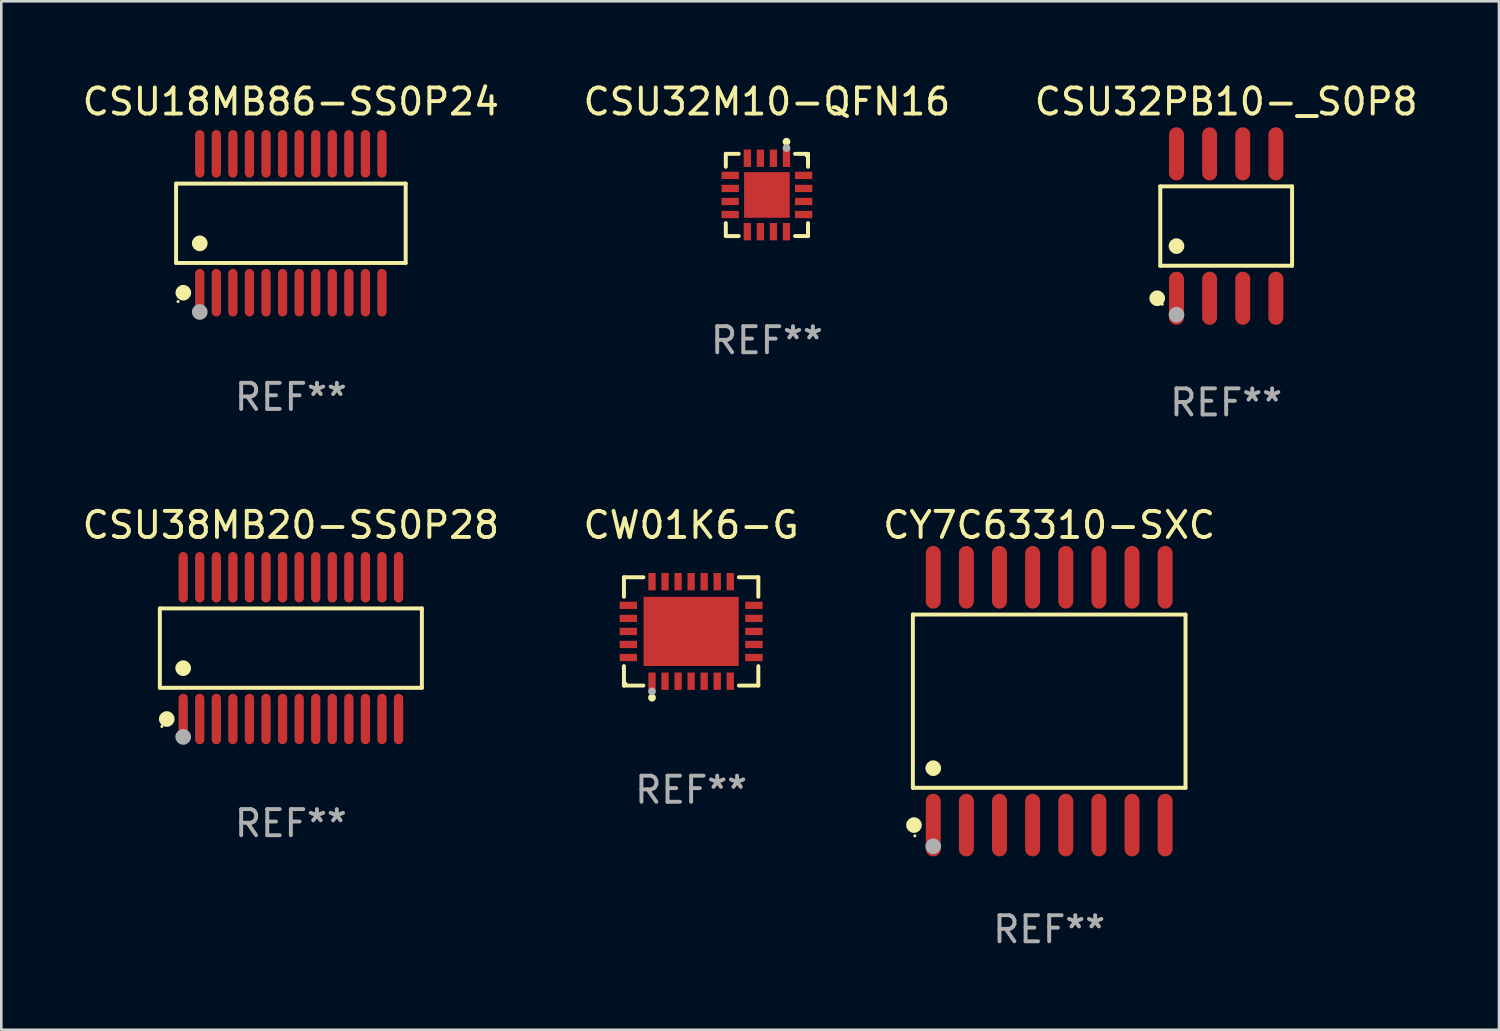
<source format=kicad_pcb>
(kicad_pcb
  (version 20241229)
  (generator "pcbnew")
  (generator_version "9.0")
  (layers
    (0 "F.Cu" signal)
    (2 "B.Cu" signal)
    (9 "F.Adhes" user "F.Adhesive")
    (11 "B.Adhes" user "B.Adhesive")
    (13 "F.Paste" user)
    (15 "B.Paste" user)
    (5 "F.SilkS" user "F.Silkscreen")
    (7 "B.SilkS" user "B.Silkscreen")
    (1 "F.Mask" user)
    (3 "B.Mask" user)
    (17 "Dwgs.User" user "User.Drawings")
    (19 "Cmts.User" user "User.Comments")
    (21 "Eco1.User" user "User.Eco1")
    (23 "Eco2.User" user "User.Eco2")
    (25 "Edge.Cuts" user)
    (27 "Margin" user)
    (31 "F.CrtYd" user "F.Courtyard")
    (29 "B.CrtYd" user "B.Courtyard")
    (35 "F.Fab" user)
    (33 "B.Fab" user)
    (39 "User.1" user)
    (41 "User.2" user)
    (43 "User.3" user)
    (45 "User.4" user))
  (footprint "CSU18MB86-SS0P24"
    (layer "F.Cu")
    (at 8.101 5.51)
    (property "Reference" "CSU18MB86-SS0P24" (at 0 -4.662 0) (layer "F.SilkS") (effects (font (size 1 1) (thickness 0.15))))
    (attr through_hole)
    (fp_line (start -4.401 -1.521) (end 4.401 -1.521) (stroke (width 0.152) (type solid)) (layer "F.SilkS"))
    (fp_line (start -4.401 1.521) (end -4.401 -1.521) (stroke (width 0.152) (type solid)) (layer "F.SilkS"))
    (fp_line (start 4.401 -1.521) (end 4.401 1.521) (stroke (width 0.152) (type solid)) (layer "F.SilkS"))
    (fp_line (start 4.401 1.521) (end -4.401 1.521) (stroke (width 0.152) (type solid)) (layer "F.SilkS"))
    (fp_circle (center -4.325 3) (end -4.295 3) (stroke (width 0.06) (type solid)) (fill no) (layer "F.SilkS"))
    (fp_circle (center -4.123 2.662) (end -3.973 2.662) (stroke (width 0.3) (type solid)) (fill no) (layer "F.SilkS"))
    (fp_circle (center -3.493 0.769) (end -3.342 0.769) (stroke (width 0.3) (type solid)) (fill no) (layer "F.SilkS"))
    (fp_circle (center -3.493 3.4) (end -3.342 3.4) (stroke (width 0.3) (type solid)) (fill no) (layer "F.Fab"))
    (fp_text user "REF**" (at 0 6.662 0) (layer "F.Fab") (effects (font (size 1 1) (thickness 0.15))))
    (pad "1" smd oval (at -3.493 2.662) (size 0.356 1.824) (layers "F.Cu" "F.Mask" "F.Paste"))
    (pad "2" smd oval (at -2.858 2.662) (size 0.356 1.824) (layers "F.Cu" "F.Mask" "F.Paste"))
    (pad "3" smd oval (at -2.223 2.662) (size 0.356 1.824) (layers "F.Cu" "F.Mask" "F.Paste"))
    (pad "4" smd oval (at -1.588 2.662) (size 0.356 1.824) (layers "F.Cu" "F.Mask" "F.Paste"))
    (pad "5" smd oval (at -0.953 2.662) (size 0.356 1.824) (layers "F.Cu" "F.Mask" "F.Paste"))
    (pad "6" smd oval (at -0.318 2.662) (size 0.356 1.824) (layers "F.Cu" "F.Mask" "F.Paste"))
    (pad "7" smd oval (at 0.318 2.662) (size 0.356 1.824) (layers "F.Cu" "F.Mask" "F.Paste"))
    (pad "8" smd oval (at 0.953 2.662) (size 0.356 1.824) (layers "F.Cu" "F.Mask" "F.Paste"))
    (pad "9" smd oval (at 1.588 2.662) (size 0.356 1.824) (layers "F.Cu" "F.Mask" "F.Paste"))
    (pad "10" smd oval (at 2.223 2.662) (size 0.356 1.824) (layers "F.Cu" "F.Mask" "F.Paste"))
    (pad "11" smd oval (at 2.858 2.662) (size 0.356 1.824) (layers "F.Cu" "F.Mask" "F.Paste"))
    (pad "12" smd oval (at 3.493 2.662) (size 0.356 1.824) (layers "F.Cu" "F.Mask" "F.Paste"))
    (pad "13" smd oval (at 3.493 -2.662) (size 0.356 1.824) (layers "F.Cu" "F.Mask" "F.Paste"))
    (pad "14" smd oval (at 2.858 -2.662) (size 0.356 1.824) (layers "F.Cu" "F.Mask" "F.Paste"))
    (pad "15" smd oval (at 2.223 -2.662) (size 0.356 1.824) (layers "F.Cu" "F.Mask" "F.Paste"))
    (pad "16" smd oval (at 1.588 -2.662) (size 0.356 1.824) (layers "F.Cu" "F.Mask" "F.Paste"))
    (pad "17" smd oval (at 0.953 -2.662) (size 0.356 1.824) (layers "F.Cu" "F.Mask" "F.Paste"))
    (pad "18" smd oval (at 0.318 -2.662) (size 0.356 1.824) (layers "F.Cu" "F.Mask" "F.Paste"))
    (pad "19" smd oval (at -0.318 -2.662) (size 0.356 1.824) (layers "F.Cu" "F.Mask" "F.Paste"))
    (pad "20" smd oval (at -0.953 -2.662) (size 0.356 1.824) (layers "F.Cu" "F.Mask" "F.Paste"))
    (pad "21" smd oval (at -1.588 -2.662) (size 0.356 1.824) (layers "F.Cu" "F.Mask" "F.Paste"))
    (pad "22" smd oval (at -2.223 -2.662) (size 0.356 1.824) (layers "F.Cu" "F.Mask" "F.Paste"))
    (pad "23" smd oval (at -2.858 -2.662) (size 0.356 1.824) (layers "F.Cu" "F.Mask" "F.Paste"))
    (pad "24" smd oval (at -3.493 -2.662) (size 0.356 1.824) (layers "F.Cu" "F.Mask" "F.Paste")))
  (footprint "CSU38MB20-SS0P28"
    (layer "F.Cu")
    (at 8.101 21.797)
    (property "Reference" "CSU38MB20-SS0P28" (at 0 -4.717 0) (layer "F.SilkS") (effects (font (size 1 1) (thickness 0.15))))
    (attr through_hole)
    (fp_line (start -5.023 -1.521) (end 5.023 -1.521) (stroke (width 0.152) (type solid)) (layer "F.SilkS"))
    (fp_line (start -5.023 1.521) (end -5.023 -1.521) (stroke (width 0.152) (type solid)) (layer "F.SilkS"))
    (fp_line (start 5.023 -1.521) (end 5.023 1.521) (stroke (width 0.152) (type solid)) (layer "F.SilkS"))
    (fp_line (start 5.023 1.521) (end -5.023 1.521) (stroke (width 0.152) (type solid)) (layer "F.SilkS"))
    (fp_circle (center -4.946 3.004) (end -4.916 3.004) (stroke (width 0.06) (type solid)) (fill no) (layer "F.SilkS"))
    (fp_circle (center -4.758 2.717) (end -4.608 2.717) (stroke (width 0.3) (type solid)) (fill no) (layer "F.SilkS"))
    (fp_circle (center -4.128 0.769) (end -3.977 0.769) (stroke (width 0.3) (type solid)) (fill no) (layer "F.SilkS"))
    (fp_circle (center -4.128 3.404) (end -3.977 3.404) (stroke (width 0.3) (type solid)) (fill no) (layer "F.Fab"))
    (fp_text user "REF**" (at 0 6.717 0) (layer "F.Fab") (effects (font (size 1 1) (thickness 0.15))))
    (pad "1" smd oval (at -4.128 2.717) (size 0.356 1.935) (layers "F.Cu" "F.Mask" "F.Paste"))
    (pad "2" smd oval (at -3.493 2.717) (size 0.356 1.935) (layers "F.Cu" "F.Mask" "F.Paste"))
    (pad "3" smd oval (at -2.858 2.717) (size 0.356 1.935) (layers "F.Cu" "F.Mask" "F.Paste"))
    (pad "4" smd oval (at -2.223 2.717) (size 0.356 1.935) (layers "F.Cu" "F.Mask" "F.Paste"))
    (pad "5" smd oval (at -1.588 2.717) (size 0.356 1.935) (layers "F.Cu" "F.Mask" "F.Paste"))
    (pad "6" smd oval (at -0.953 2.717) (size 0.356 1.935) (layers "F.Cu" "F.Mask" "F.Paste"))
    (pad "7" smd oval (at -0.318 2.717) (size 0.356 1.935) (layers "F.Cu" "F.Mask" "F.Paste"))
    (pad "8" smd oval (at 0.318 2.717) (size 0.356 1.935) (layers "F.Cu" "F.Mask" "F.Paste"))
    (pad "9" smd oval (at 0.953 2.717) (size 0.356 1.935) (layers "F.Cu" "F.Mask" "F.Paste"))
    (pad "10" smd oval (at 1.588 2.717) (size 0.356 1.935) (layers "F.Cu" "F.Mask" "F.Paste"))
    (pad "11" smd oval (at 2.223 2.717) (size 0.356 1.935) (layers "F.Cu" "F.Mask" "F.Paste"))
    (pad "12" smd oval (at 2.858 2.717) (size 0.356 1.935) (layers "F.Cu" "F.Mask" "F.Paste"))
    (pad "13" smd oval (at 3.493 2.717) (size 0.356 1.935) (layers "F.Cu" "F.Mask" "F.Paste"))
    (pad "14" smd oval (at 4.128 2.717) (size 0.356 1.935) (layers "F.Cu" "F.Mask" "F.Paste"))
    (pad "15" smd oval (at 4.128 -2.717) (size 0.356 1.935) (layers "F.Cu" "F.Mask" "F.Paste"))
    (pad "16" smd oval (at 3.493 -2.717) (size 0.356 1.935) (layers "F.Cu" "F.Mask" "F.Paste"))
    (pad "17" smd oval (at 2.858 -2.717) (size 0.356 1.935) (layers "F.Cu" "F.Mask" "F.Paste"))
    (pad "18" smd oval (at 2.223 -2.717) (size 0.356 1.935) (layers "F.Cu" "F.Mask" "F.Paste"))
    (pad "19" smd oval (at 1.588 -2.717) (size 0.356 1.935) (layers "F.Cu" "F.Mask" "F.Paste"))
    (pad "20" smd oval (at 0.953 -2.717) (size 0.356 1.935) (layers "F.Cu" "F.Mask" "F.Paste"))
    (pad "21" smd oval (at 0.318 -2.717) (size 0.356 1.935) (layers "F.Cu" "F.Mask" "F.Paste"))
    (pad "22" smd oval (at -0.318 -2.717) (size 0.356 1.935) (layers "F.Cu" "F.Mask" "F.Paste"))
    (pad "23" smd oval (at -0.953 -2.717) (size 0.356 1.935) (layers "F.Cu" "F.Mask" "F.Paste"))
    (pad "24" smd oval (at -1.588 -2.717) (size 0.356 1.935) (layers "F.Cu" "F.Mask" "F.Paste"))
    (pad "25" smd oval (at -2.223 -2.717) (size 0.356 1.935) (layers "F.Cu" "F.Mask" "F.Paste"))
    (pad "26" smd oval (at -2.858 -2.717) (size 0.356 1.935) (layers "F.Cu" "F.Mask" "F.Paste"))
    (pad "27" smd oval (at -3.493 -2.717) (size 0.356 1.935) (layers "F.Cu" "F.Mask" "F.Paste"))
    (pad "28" smd oval (at -4.128 -2.717) (size 0.356 1.935) (layers "F.Cu" "F.Mask" "F.Paste")))
  (footprint "CY7C63310-SXC"
    (layer "F.Cu")
    (at 37.173 23.831)
    (property "Reference" "CY7C63310-SXC" (at 0 -6.75 0) (layer "F.SilkS") (effects (font (size 1 1) (thickness 0.15))))
    (attr through_hole)
    (fp_line (start -5.226 -3.321) (end 5.226 -3.321) (stroke (width 0.152) (type solid)) (layer "F.SilkS"))
    (fp_line (start -5.226 3.321) (end -5.226 -3.321) (stroke (width 0.152) (type solid)) (layer "F.SilkS"))
    (fp_line (start 5.226 -3.321) (end 5.226 3.321) (stroke (width 0.152) (type solid)) (layer "F.SilkS"))
    (fp_line (start 5.226 3.321) (end -5.226 3.321) (stroke (width 0.152) (type solid)) (layer "F.SilkS"))
    (fp_circle (center -5.184 4.75) (end -5.034 4.75) (stroke (width 0.3) (type solid)) (fill no) (layer "F.SilkS"))
    (fp_circle (center -5.15 5.163) (end -5.12 5.163) (stroke (width 0.06) (type solid)) (fill no) (layer "F.SilkS"))
    (fp_circle (center -4.445 2.569) (end -4.295 2.569) (stroke (width 0.3) (type solid)) (fill no) (layer "F.SilkS"))
    (fp_circle (center -4.445 5.563) (end -4.295 5.563) (stroke (width 0.3) (type solid)) (fill no) (layer "F.Fab"))
    (fp_text user "REF**" (at 0 8.75 0) (layer "F.Fab") (effects (font (size 1 1) (thickness 0.15))))
    (pad "1" smd oval (at -4.445 4.75) (size 0.574 2.401) (layers "F.Cu" "F.Mask" "F.Paste"))
    (pad "2" smd oval (at -3.175 4.75) (size 0.574 2.401) (layers "F.Cu" "F.Mask" "F.Paste"))
    (pad "3" smd oval (at -1.905 4.75) (size 0.574 2.401) (layers "F.Cu" "F.Mask" "F.Paste"))
    (pad "4" smd oval (at -0.635 4.75) (size 0.574 2.401) (layers "F.Cu" "F.Mask" "F.Paste"))
    (pad "5" smd oval (at 0.635 4.75) (size 0.574 2.401) (layers "F.Cu" "F.Mask" "F.Paste"))
    (pad "6" smd oval (at 1.905 4.75) (size 0.574 2.401) (layers "F.Cu" "F.Mask" "F.Paste"))
    (pad "7" smd oval (at 3.175 4.75) (size 0.574 2.401) (layers "F.Cu" "F.Mask" "F.Paste"))
    (pad "8" smd oval (at 4.445 4.75) (size 0.574 2.401) (layers "F.Cu" "F.Mask" "F.Paste"))
    (pad "9" smd oval (at 4.445 -4.75) (size 0.574 2.401) (layers "F.Cu" "F.Mask" "F.Paste"))
    (pad "10" smd oval (at 3.175 -4.75) (size 0.574 2.401) (layers "F.Cu" "F.Mask" "F.Paste"))
    (pad "11" smd oval (at 1.905 -4.75) (size 0.574 2.401) (layers "F.Cu" "F.Mask" "F.Paste"))
    (pad "12" smd oval (at 0.635 -4.75) (size 0.574 2.401) (layers "F.Cu" "F.Mask" "F.Paste"))
    (pad "13" smd oval (at -0.635 -4.75) (size 0.574 2.401) (layers "F.Cu" "F.Mask" "F.Paste"))
    (pad "14" smd oval (at -1.905 -4.75) (size 0.574 2.401) (layers "F.Cu" "F.Mask" "F.Paste"))
    (pad "15" smd oval (at -3.175 -4.75) (size 0.574 2.401) (layers "F.Cu" "F.Mask" "F.Paste"))
    (pad "16" smd oval (at -4.445 -4.75) (size 0.574 2.401) (layers "F.Cu" "F.Mask" "F.Paste")))
  (footprint "CSU32PB10-_S0P8"
    (layer "F.Cu")
    (at 43.958 5.616)
    (property "Reference" "CSU32PB10-_S0P8" (at 0 -4.768 0) (layer "F.SilkS") (effects (font (size 1 1) (thickness 0.15))))
    (attr through_hole)
    (fp_line (start -2.526 -1.521) (end 2.526 -1.521) (stroke (width 0.152) (type solid)) (layer "F.SilkS"))
    (fp_line (start -2.526 1.521) (end -2.526 -1.521) (stroke (width 0.152) (type solid)) (layer "F.SilkS"))
    (fp_line (start 2.526 -1.521) (end 2.526 1.521) (stroke (width 0.152) (type solid)) (layer "F.SilkS"))
    (fp_line (start 2.526 1.521) (end -2.526 1.521) (stroke (width 0.152) (type solid)) (layer "F.SilkS"))
    (fp_circle (center -2.644 2.768) (end -2.494 2.768) (stroke (width 0.3) (type solid)) (fill no) (layer "F.SilkS"))
    (fp_circle (center -2.45 2.998) (end -2.42 2.998) (stroke (width 0.06) (type solid)) (fill no) (layer "F.SilkS"))
    (fp_circle (center -1.905 0.769) (end -1.755 0.769) (stroke (width 0.3) (type solid)) (fill no) (layer "F.SilkS"))
    (fp_circle (center -1.905 3.398) (end -1.755 3.398) (stroke (width 0.3) (type solid)) (fill no) (layer "F.Fab"))
    (fp_text user "REF**" (at 0 6.768 0) (layer "F.Fab") (effects (font (size 1 1) (thickness 0.15))))
    (pad "1" smd oval (at -1.905 2.768) (size 0.574 2.036) (layers "F.Cu" "F.Mask" "F.Paste"))
    (pad "2" smd oval (at -0.635 2.768) (size 0.574 2.036) (layers "F.Cu" "F.Mask" "F.Paste"))
    (pad "3" smd oval (at 0.635 2.768) (size 0.574 2.036) (layers "F.Cu" "F.Mask" "F.Paste"))
    (pad "4" smd oval (at 1.905 2.768) (size 0.574 2.036) (layers "F.Cu" "F.Mask" "F.Paste"))
    (pad "5" smd oval (at 1.905 -2.768) (size 0.574 2.036) (layers "F.Cu" "F.Mask" "F.Paste"))
    (pad "6" smd oval (at 0.635 -2.768) (size 0.574 2.036) (layers "F.Cu" "F.Mask" "F.Paste"))
    (pad "7" smd oval (at -0.635 -2.768) (size 0.574 2.036) (layers "F.Cu" "F.Mask" "F.Paste"))
    (pad "8" smd oval (at -1.905 -2.768) (size 0.574 2.036) (layers "F.Cu" "F.Mask" "F.Paste")))
  (footprint "CSU32M10-QFN16"
    (layer "F.Cu")
    (at 26.351 4.424)
    (property "Reference" "CSU32M10-QFN16" (at 0 -3.576 0) (layer "F.SilkS") (effects (font (size 1 1) (thickness 0.15))))
    (attr through_hole)
    (fp_line (start -1.576 -1.576) (end -1.08 -1.576) (stroke (width 0.152) (type solid)) (layer "F.SilkS"))
    (fp_line (start -1.576 -1.08) (end -1.576 -1.576) (stroke (width 0.152) (type solid)) (layer "F.SilkS"))
    (fp_line (start -1.576 1.08) (end -1.576 1.576) (stroke (width 0.152) (type solid)) (layer "F.SilkS"))
    (fp_line (start -1.576 1.576) (end -1.08 1.576) (stroke (width 0.152) (type solid)) (layer "F.SilkS"))
    (fp_line (start 1.576 -1.576) (end 1.08 -1.576) (stroke (width 0.152) (type solid)) (layer "F.SilkS"))
    (fp_line (start 1.576 -1.08) (end 1.576 -1.576) (stroke (width 0.152) (type solid)) (layer "F.SilkS"))
    (fp_line (start 1.576 1.08) (end 1.576 1.576) (stroke (width 0.152) (type solid)) (layer "F.SilkS"))
    (fp_line (start 1.576 1.576) (end 1.08 1.576) (stroke (width 0.152) (type solid)) (layer "F.SilkS"))
    (fp_circle (center 0.75 -2.04) (end 0.825 -2.04) (stroke (width 0.15) (type solid)) (fill no) (layer "F.SilkS"))
    (fp_circle (center 1.5 -1.5) (end 1.53 -1.5) (stroke (width 0.06) (type solid)) (fill no) (layer "F.SilkS"))
    (fp_circle (center 0.75 -1.8) (end 0.825 -1.8) (stroke (width 0.15) (type solid)) (fill no) (layer "F.Fab"))
    (fp_text user "REF**" (at 0 5.576 0) (layer "F.Fab") (effects (font (size 1 1) (thickness 0.15))))
    (pad "1" smd rect (at 0.75 -1.408 180) (size 0.28 0.665) (layers "F.Cu" "F.Mask" "F.Paste"))
    (pad "2" smd rect (at 0.25 -1.408 180) (size 0.28 0.665) (layers "F.Cu" "F.Mask" "F.Paste"))
    (pad "3" smd rect (at -0.25 -1.408 180) (size 0.28 0.665) (layers "F.Cu" "F.Mask" "F.Paste"))
    (pad "4" smd rect (at -0.75 -1.408 180) (size 0.28 0.665) (layers "F.Cu" "F.Mask" "F.Paste"))
    (pad "5" smd rect (at -1.407 -0.75 180) (size 0.665 0.28) (layers "F.Cu" "F.Mask" "F.Paste"))
    (pad "6" smd rect (at -1.407 -0.25 180) (size 0.665 0.28) (layers "F.Cu" "F.Mask" "F.Paste"))
    (pad "7" smd rect (at -1.407 0.25 180) (size 0.665 0.28) (layers "F.Cu" "F.Mask" "F.Paste"))
    (pad "8" smd rect (at -1.407 0.75 180) (size 0.665 0.28) (layers "F.Cu" "F.Mask" "F.Paste"))
    (pad "9" smd rect (at -0.75 1.407 180) (size 0.28 0.665) (layers "F.Cu" "F.Mask" "F.Paste"))
    (pad "10" smd rect (at -0.25 1.407 180) (size 0.28 0.665) (layers "F.Cu" "F.Mask" "F.Paste"))
    (pad "11" smd rect (at 0.25 1.407 180) (size 0.28 0.665) (layers "F.Cu" "F.Mask" "F.Paste"))
    (pad "12" smd rect (at 0.75 1.407 180) (size 0.28 0.665) (layers "F.Cu" "F.Mask" "F.Paste"))
    (pad "13" smd rect (at 1.407 0.75 180) (size 0.665 0.28) (layers "F.Cu" "F.Mask" "F.Paste"))
    (pad "14" smd rect (at 1.407 0.25 180) (size 0.665 0.28) (layers "F.Cu" "F.Mask" "F.Paste"))
    (pad "15" smd rect (at 1.407 -0.25 180) (size 0.665 0.28) (layers "F.Cu" "F.Mask" "F.Paste"))
    (pad "16" smd rect (at 1.407 -0.75 180) (size 0.665 0.28) (layers "F.Cu" "F.Mask" "F.Paste"))
    (pad "17" smd rect (at 0 0.000051 180) (size 1.75 1.75) (layers "F.Cu" "F.Mask" "F.Paste")))
  (footprint "CW01K6-G"
    (layer "F.Cu")
    (at 23.446 21.157)
    (property "Reference" "CW01K6-G" (at 0 -4.076 0) (layer "F.SilkS") (effects (font (size 1 1) (thickness 0.15))))
    (attr through_hole)
    (fp_line (start -2.576 -2.076) (end -1.831 -2.076) (stroke (width 0.152) (type solid)) (layer "F.SilkS"))
    (fp_line (start -2.576 -1.331) (end -2.576 -2.076) (stroke (width 0.152) (type solid)) (layer "F.SilkS"))
    (fp_line (start -2.576 1.331) (end -2.576 2.076) (stroke (width 0.152) (type solid)) (layer "F.SilkS"))
    (fp_line (start -2.576 2.076) (end -1.831 2.076) (stroke (width 0.152) (type solid)) (layer "F.SilkS"))
    (fp_line (start 2.576 -2.076) (end 1.831 -2.076) (stroke (width 0.152) (type solid)) (layer "F.SilkS"))
    (fp_line (start 2.576 -1.331) (end 2.576 -2.076) (stroke (width 0.152) (type solid)) (layer "F.SilkS"))
    (fp_line (start 2.576 1.331) (end 2.576 2.076) (stroke (width 0.152) (type solid)) (layer "F.SilkS"))
    (fp_line (start 2.576 2.076) (end 1.831 2.076) (stroke (width 0.152) (type solid)) (layer "F.SilkS"))
    (fp_circle (center -2.5 2) (end -2.47 2) (stroke (width 0.06) (type solid)) (fill no) (layer "F.SilkS"))
    (fp_circle (center -1.5 2.54) (end -1.425 2.54) (stroke (width 0.15) (type solid)) (fill no) (layer "F.SilkS"))
    (fp_circle (center -1.5 2.3) (end -1.425 2.3) (stroke (width 0.15) (type solid)) (fill no) (layer "F.Fab"))
    (fp_text user "REF**" (at 0 6.076 0) (layer "F.Fab") (effects (font (size 1 1) (thickness 0.15))))
    (pad "1" smd rect (at -1.5 1.908) (size 0.28 0.665) (layers "F.Cu" "F.Mask" "F.Paste"))
    (pad "2" smd rect (at -1 1.908) (size 0.28 0.665) (layers "F.Cu" "F.Mask" "F.Paste"))
    (pad "3" smd rect (at -0.5 1.908) (size 0.28 0.665) (layers "F.Cu" "F.Mask" "F.Paste"))
    (pad "4" smd rect (at 0 1.908) (size 0.28 0.665) (layers "F.Cu" "F.Mask" "F.Paste"))
    (pad "5" smd rect (at 0.5 1.908) (size 0.28 0.665) (layers "F.Cu" "F.Mask" "F.Paste"))
    (pad "6" smd rect (at 1 1.908) (size 0.28 0.665) (layers "F.Cu" "F.Mask" "F.Paste"))
    (pad "7" smd rect (at 1.5 1.908) (size 0.28 0.665) (layers "F.Cu" "F.Mask" "F.Paste"))
    (pad "8" smd rect (at 2.407 1) (size 0.665 0.28) (layers "F.Cu" "F.Mask" "F.Paste"))
    (pad "9" smd rect (at 2.407 0.5) (size 0.665 0.28) (layers "F.Cu" "F.Mask" "F.Paste"))
    (pad "10" smd rect (at 2.407 0) (size 0.665 0.28) (layers "F.Cu" "F.Mask" "F.Paste"))
    (pad "11" smd rect (at 2.407 -0.5) (size 0.665 0.28) (layers "F.Cu" "F.Mask" "F.Paste"))
    (pad "12" smd rect (at 2.407 -1) (size 0.665 0.28) (layers "F.Cu" "F.Mask" "F.Paste"))
    (pad "13" smd rect (at 1.5 -1.908) (size 0.28 0.665) (layers "F.Cu" "F.Mask" "F.Paste"))
    (pad "14" smd rect (at 1 -1.908) (size 0.28 0.665) (layers "F.Cu" "F.Mask" "F.Paste"))
    (pad "15" smd rect (at 0.5 -1.908) (size 0.28 0.665) (layers "F.Cu" "F.Mask" "F.Paste"))
    (pad "16" smd rect (at 0 -1.908) (size 0.28 0.665) (layers "F.Cu" "F.Mask" "F.Paste"))
    (pad "17" smd rect (at -0.5 -1.908) (size 0.28 0.665) (layers "F.Cu" "F.Mask" "F.Paste"))
    (pad "18" smd rect (at -1 -1.908) (size 0.28 0.665) (layers "F.Cu" "F.Mask" "F.Paste"))
    (pad "19" smd rect (at -1.5 -1.908) (size 0.28 0.665) (layers "F.Cu" "F.Mask" "F.Paste"))
    (pad "20" smd rect (at -2.407 -1) (size 0.665 0.28) (layers "F.Cu" "F.Mask" "F.Paste"))
    (pad "21" smd rect (at -2.407 -0.5) (size 0.665 0.28) (layers "F.Cu" "F.Mask" "F.Paste"))
    (pad "22" smd rect (at -2.407 0) (size 0.665 0.28) (layers "F.Cu" "F.Mask" "F.Paste"))
    (pad "23" smd rect (at -2.407 0.5) (size 0.665 0.28) (layers "F.Cu" "F.Mask" "F.Paste"))
    (pad "24" smd rect (at -2.407 1) (size 0.665 0.28) (layers "F.Cu" "F.Mask" "F.Paste"))
    (pad "25" smd rect (at 0 0) (size 3.65 2.65) (layers "F.Cu" "F.Mask" "F.Paste")))
  (gr_rect
    (start -3 -3)
    (end 54.417 36.429)
    (stroke (width 0.1) (type default))
    (fill no)
    (layer "Edge.Cuts")))
</source>
